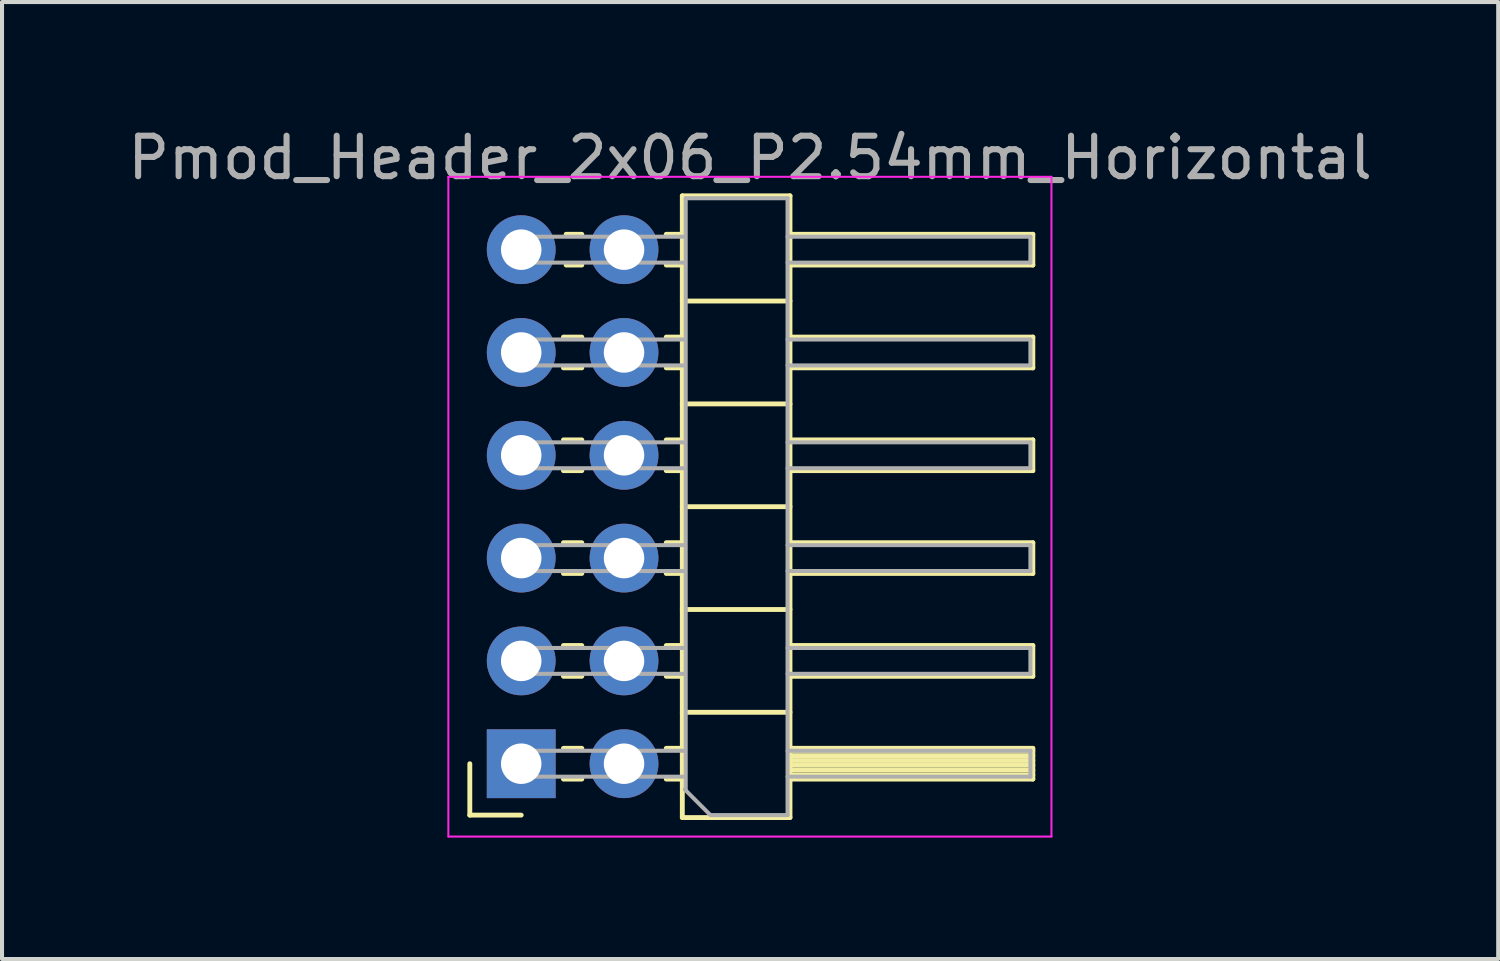
<source format=kicad_pcb>
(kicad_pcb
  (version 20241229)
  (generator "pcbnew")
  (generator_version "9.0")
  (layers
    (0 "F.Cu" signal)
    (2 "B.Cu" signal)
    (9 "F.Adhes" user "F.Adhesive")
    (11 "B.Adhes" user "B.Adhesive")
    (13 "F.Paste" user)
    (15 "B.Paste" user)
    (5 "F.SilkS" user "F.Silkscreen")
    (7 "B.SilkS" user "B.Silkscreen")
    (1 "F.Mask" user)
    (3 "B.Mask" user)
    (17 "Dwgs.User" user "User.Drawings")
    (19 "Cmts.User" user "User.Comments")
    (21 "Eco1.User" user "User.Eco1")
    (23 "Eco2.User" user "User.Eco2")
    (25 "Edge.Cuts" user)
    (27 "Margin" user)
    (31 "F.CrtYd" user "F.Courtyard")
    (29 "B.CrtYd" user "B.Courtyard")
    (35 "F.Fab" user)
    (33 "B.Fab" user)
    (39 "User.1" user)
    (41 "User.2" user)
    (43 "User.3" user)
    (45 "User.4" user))
  (footprint "Pmod_Header_2x06_P2.54mm_Horizontal"
    (layer "F.Cu")
    (at 9.827 3.118)
    (property "Reference" "Pmod_Header_2x06_P2.54mm_Horizontal" (at 5.655 -2.27 0) (layer "F.Fab") (effects (font (size 1 1) (thickness 0.15))))
    (attr through_hole)
    (fp_line (start -1.27 13.97) (end -1.27 12.7) (stroke (width 0.12) (type solid)) (layer "F.SilkS"))
    (fp_line (start 0 13.97) (end -1.27 13.97) (stroke (width 0.12) (type solid)) (layer "F.SilkS"))
    (fp_line (start 1.043 2.16) (end 1.497 2.16) (stroke (width 0.12) (type solid)) (layer "F.SilkS"))
    (fp_line (start 1.043 2.92) (end 1.497 2.92) (stroke (width 0.12) (type solid)) (layer "F.SilkS"))
    (fp_line (start 1.043 4.7) (end 1.497 4.7) (stroke (width 0.12) (type solid)) (layer "F.SilkS"))
    (fp_line (start 1.043 5.46) (end 1.497 5.46) (stroke (width 0.12) (type solid)) (layer "F.SilkS"))
    (fp_line (start 1.043 7.24) (end 1.497 7.24) (stroke (width 0.12) (type solid)) (layer "F.SilkS"))
    (fp_line (start 1.043 8) (end 1.497 8) (stroke (width 0.12) (type solid)) (layer "F.SilkS"))
    (fp_line (start 1.043 9.78) (end 1.497 9.78) (stroke (width 0.12) (type solid)) (layer "F.SilkS"))
    (fp_line (start 1.043 10.54) (end 1.497 10.54) (stroke (width 0.12) (type solid)) (layer "F.SilkS"))
    (fp_line (start 1.043 12.32) (end 1.497 12.32) (stroke (width 0.12) (type solid)) (layer "F.SilkS"))
    (fp_line (start 1.043 13.08) (end 1.497 13.08) (stroke (width 0.12) (type solid)) (layer "F.SilkS"))
    (fp_line (start 1.11 -0.38) (end 1.497 -0.38) (stroke (width 0.12) (type solid)) (layer "F.SilkS"))
    (fp_line (start 1.11 0.38) (end 1.497 0.38) (stroke (width 0.12) (type solid)) (layer "F.SilkS"))
    (fp_line (start 3.583 -0.38) (end 3.98 -0.38) (stroke (width 0.12) (type solid)) (layer "F.SilkS"))
    (fp_line (start 3.583 0.38) (end 3.98 0.38) (stroke (width 0.12) (type solid)) (layer "F.SilkS"))
    (fp_line (start 3.583 2.16) (end 3.98 2.16) (stroke (width 0.12) (type solid)) (layer "F.SilkS"))
    (fp_line (start 3.583 2.92) (end 3.98 2.92) (stroke (width 0.12) (type solid)) (layer "F.SilkS"))
    (fp_line (start 3.583 4.7) (end 3.98 4.7) (stroke (width 0.12) (type solid)) (layer "F.SilkS"))
    (fp_line (start 3.583 5.46) (end 3.98 5.46) (stroke (width 0.12) (type solid)) (layer "F.SilkS"))
    (fp_line (start 3.583 7.24) (end 3.98 7.24) (stroke (width 0.12) (type solid)) (layer "F.SilkS"))
    (fp_line (start 3.583 8) (end 3.98 8) (stroke (width 0.12) (type solid)) (layer "F.SilkS"))
    (fp_line (start 3.583 9.78) (end 3.98 9.78) (stroke (width 0.12) (type solid)) (layer "F.SilkS"))
    (fp_line (start 3.583 10.54) (end 3.98 10.54) (stroke (width 0.12) (type solid)) (layer "F.SilkS"))
    (fp_line (start 3.583 12.32) (end 3.98 12.32) (stroke (width 0.12) (type solid)) (layer "F.SilkS"))
    (fp_line (start 3.583 13.08) (end 3.98 13.08) (stroke (width 0.12) (type solid)) (layer "F.SilkS"))
    (fp_line (start 3.98 -1.33) (end 3.98 14.03) (stroke (width 0.12) (type solid)) (layer "F.SilkS"))
    (fp_line (start 3.98 1.27) (end 6.64 1.27) (stroke (width 0.12) (type solid)) (layer "F.SilkS"))
    (fp_line (start 3.98 3.81) (end 6.64 3.81) (stroke (width 0.12) (type solid)) (layer "F.SilkS"))
    (fp_line (start 3.98 6.35) (end 6.64 6.35) (stroke (width 0.12) (type solid)) (layer "F.SilkS"))
    (fp_line (start 3.98 8.89) (end 6.64 8.89) (stroke (width 0.12) (type solid)) (layer "F.SilkS"))
    (fp_line (start 3.98 11.43) (end 6.64 11.43) (stroke (width 0.12) (type solid)) (layer "F.SilkS"))
    (fp_line (start 3.98 14.03) (end 6.64 14.03) (stroke (width 0.12) (type solid)) (layer "F.SilkS"))
    (fp_line (start 6.64 -1.33) (end 3.98 -1.33) (stroke (width 0.12) (type solid)) (layer "F.SilkS"))
    (fp_line (start 6.64 -0.38) (end 12.64 -0.38) (stroke (width 0.12) (type solid)) (layer "F.SilkS"))
    (fp_line (start 6.64 2.16) (end 12.64 2.16) (stroke (width 0.12) (type solid)) (layer "F.SilkS"))
    (fp_line (start 6.64 4.7) (end 12.64 4.7) (stroke (width 0.12) (type solid)) (layer "F.SilkS"))
    (fp_line (start 6.64 7.24) (end 12.64 7.24) (stroke (width 0.12) (type solid)) (layer "F.SilkS"))
    (fp_line (start 6.64 9.78) (end 12.64 9.78) (stroke (width 0.12) (type solid)) (layer "F.SilkS"))
    (fp_line (start 6.64 12.32) (end 12.64 12.32) (stroke (width 0.12) (type solid)) (layer "F.SilkS"))
    (fp_line (start 6.64 12.38) (end 12.64 12.38) (stroke (width 0.12) (type solid)) (layer "F.SilkS"))
    (fp_line (start 6.64 12.5) (end 12.64 12.5) (stroke (width 0.12) (type solid)) (layer "F.SilkS"))
    (fp_line (start 6.64 12.62) (end 12.64 12.62) (stroke (width 0.12) (type solid)) (layer "F.SilkS"))
    (fp_line (start 6.64 12.74) (end 12.64 12.74) (stroke (width 0.12) (type solid)) (layer "F.SilkS"))
    (fp_line (start 6.64 12.86) (end 12.64 12.86) (stroke (width 0.12) (type solid)) (layer "F.SilkS"))
    (fp_line (start 6.64 12.98) (end 12.64 12.98) (stroke (width 0.12) (type solid)) (layer "F.SilkS"))
    (fp_line (start 6.64 14.03) (end 6.64 -1.33) (stroke (width 0.12) (type solid)) (layer "F.SilkS"))
    (fp_line (start 12.64 -0.38) (end 12.64 0.38) (stroke (width 0.12) (type solid)) (layer "F.SilkS"))
    (fp_line (start 12.64 0.38) (end 6.64 0.38) (stroke (width 0.12) (type solid)) (layer "F.SilkS"))
    (fp_line (start 12.64 2.16) (end 12.64 2.92) (stroke (width 0.12) (type solid)) (layer "F.SilkS"))
    (fp_line (start 12.64 2.92) (end 6.64 2.92) (stroke (width 0.12) (type solid)) (layer "F.SilkS"))
    (fp_line (start 12.64 4.7) (end 12.64 5.46) (stroke (width 0.12) (type solid)) (layer "F.SilkS"))
    (fp_line (start 12.64 5.46) (end 6.64 5.46) (stroke (width 0.12) (type solid)) (layer "F.SilkS"))
    (fp_line (start 12.64 7.24) (end 12.64 8) (stroke (width 0.12) (type solid)) (layer "F.SilkS"))
    (fp_line (start 12.64 8) (end 6.64 8) (stroke (width 0.12) (type solid)) (layer "F.SilkS"))
    (fp_line (start 12.64 9.78) (end 12.64 10.54) (stroke (width 0.12) (type solid)) (layer "F.SilkS"))
    (fp_line (start 12.64 10.54) (end 6.64 10.54) (stroke (width 0.12) (type solid)) (layer "F.SilkS"))
    (fp_line (start 12.64 12.32) (end 12.64 13.08) (stroke (width 0.12) (type solid)) (layer "F.SilkS"))
    (fp_line (start 12.64 13.08) (end 6.64 13.08) (stroke (width 0.12) (type solid)) (layer "F.SilkS"))
    (fp_line (start -1.8 -1.8) (end -1.8 14.5) (stroke (width 0.05) (type solid)) (layer "F.CrtYd"))
    (fp_line (start -1.8 14.5) (end 13.1 14.5) (stroke (width 0.05) (type solid)) (layer "F.CrtYd"))
    (fp_line (start 13.1 -1.8) (end -1.8 -1.8) (stroke (width 0.05) (type solid)) (layer "F.CrtYd"))
    (fp_line (start 13.1 14.5) (end 13.1 -1.8) (stroke (width 0.05) (type solid)) (layer "F.CrtYd"))
    (fp_line (start -0.32 -0.32) (end -0.32 0.32) (stroke (width 0.1) (type solid)) (layer "F.Fab"))
    (fp_line (start -0.32 -0.32) (end 4.04 -0.32) (stroke (width 0.1) (type solid)) (layer "F.Fab"))
    (fp_line (start -0.32 0.32) (end 4.04 0.32) (stroke (width 0.1) (type solid)) (layer "F.Fab"))
    (fp_line (start -0.32 2.22) (end -0.32 2.86) (stroke (width 0.1) (type solid)) (layer "F.Fab"))
    (fp_line (start -0.32 2.22) (end 4.04 2.22) (stroke (width 0.1) (type solid)) (layer "F.Fab"))
    (fp_line (start -0.32 2.86) (end 4.04 2.86) (stroke (width 0.1) (type solid)) (layer "F.Fab"))
    (fp_line (start -0.32 4.76) (end -0.32 5.4) (stroke (width 0.1) (type solid)) (layer "F.Fab"))
    (fp_line (start -0.32 4.76) (end 4.04 4.76) (stroke (width 0.1) (type solid)) (layer "F.Fab"))
    (fp_line (start -0.32 5.4) (end 4.04 5.4) (stroke (width 0.1) (type solid)) (layer "F.Fab"))
    (fp_line (start -0.32 7.3) (end -0.32 7.94) (stroke (width 0.1) (type solid)) (layer "F.Fab"))
    (fp_line (start -0.32 7.3) (end 4.04 7.3) (stroke (width 0.1) (type solid)) (layer "F.Fab"))
    (fp_line (start -0.32 7.94) (end 4.04 7.94) (stroke (width 0.1) (type solid)) (layer "F.Fab"))
    (fp_line (start -0.32 9.84) (end -0.32 10.48) (stroke (width 0.1) (type solid)) (layer "F.Fab"))
    (fp_line (start -0.32 9.84) (end 4.04 9.84) (stroke (width 0.1) (type solid)) (layer "F.Fab"))
    (fp_line (start -0.32 10.48) (end 4.04 10.48) (stroke (width 0.1) (type solid)) (layer "F.Fab"))
    (fp_line (start -0.32 12.38) (end -0.32 13.02) (stroke (width 0.1) (type solid)) (layer "F.Fab"))
    (fp_line (start -0.32 12.38) (end 4.04 12.38) (stroke (width 0.1) (type solid)) (layer "F.Fab"))
    (fp_line (start -0.32 13.02) (end 4.04 13.02) (stroke (width 0.1) (type solid)) (layer "F.Fab"))
    (fp_line (start 4.04 13.335) (end 4.675 13.97) (stroke (width 0.1) (type solid)) (layer "F.Fab"))
    (fp_line (start 4.064 -1.27) (end 6.58 -1.27) (stroke (width 0.1) (type solid)) (layer "F.Fab"))
    (fp_line (start 4.064 13.335) (end 4.064 -1.27) (stroke (width 0.1) (type solid)) (layer "F.Fab"))
    (fp_line (start 6.58 -1.27) (end 6.58 13.97) (stroke (width 0.1) (type solid)) (layer "F.Fab"))
    (fp_line (start 6.58 -0.32) (end 12.58 -0.32) (stroke (width 0.1) (type solid)) (layer "F.Fab"))
    (fp_line (start 6.58 0.32) (end 12.58 0.32) (stroke (width 0.1) (type solid)) (layer "F.Fab"))
    (fp_line (start 6.58 2.22) (end 12.58 2.22) (stroke (width 0.1) (type solid)) (layer "F.Fab"))
    (fp_line (start 6.58 2.86) (end 12.58 2.86) (stroke (width 0.1) (type solid)) (layer "F.Fab"))
    (fp_line (start 6.58 4.76) (end 12.58 4.76) (stroke (width 0.1) (type solid)) (layer "F.Fab"))
    (fp_line (start 6.58 5.4) (end 12.58 5.4) (stroke (width 0.1) (type solid)) (layer "F.Fab"))
    (fp_line (start 6.58 7.3) (end 12.58 7.3) (stroke (width 0.1) (type solid)) (layer "F.Fab"))
    (fp_line (start 6.58 7.94) (end 12.58 7.94) (stroke (width 0.1) (type solid)) (layer "F.Fab"))
    (fp_line (start 6.58 9.84) (end 12.58 9.84) (stroke (width 0.1) (type solid)) (layer "F.Fab"))
    (fp_line (start 6.58 10.48) (end 12.58 10.48) (stroke (width 0.1) (type solid)) (layer "F.Fab"))
    (fp_line (start 6.58 12.38) (end 12.58 12.38) (stroke (width 0.1) (type solid)) (layer "F.Fab"))
    (fp_line (start 6.58 13.02) (end 12.58 13.02) (stroke (width 0.1) (type solid)) (layer "F.Fab"))
    (fp_line (start 6.58 13.97) (end 4.699 13.97) (stroke (width 0.1) (type solid)) (layer "F.Fab"))
    (fp_line (start 12.58 -0.32) (end 12.58 0.32) (stroke (width 0.1) (type solid)) (layer "F.Fab"))
    (fp_line (start 12.58 2.22) (end 12.58 2.86) (stroke (width 0.1) (type solid)) (layer "F.Fab"))
    (fp_line (start 12.58 4.76) (end 12.58 5.4) (stroke (width 0.1) (type solid)) (layer "F.Fab"))
    (fp_line (start 12.58 7.3) (end 12.58 7.94) (stroke (width 0.1) (type solid)) (layer "F.Fab"))
    (fp_line (start 12.58 9.84) (end 12.58 10.48) (stroke (width 0.1) (type solid)) (layer "F.Fab"))
    (fp_line (start 12.58 12.38) (end 12.58 13.02) (stroke (width 0.1) (type solid)) (layer "F.Fab"))
    (pad "1" thru_hole rect (at 0 12.7) (size 1.7 1.7) (drill 1) (layers "*.Cu" "*.Mask"))
    (pad "2" thru_hole oval (at 0 10.16) (size 1.7 1.7) (drill 1) (layers "*.Cu" "*.Mask"))
    (pad "3" thru_hole oval (at 0 7.62) (size 1.7 1.7) (drill 1) (layers "*.Cu" "*.Mask"))
    (pad "4" thru_hole oval (at 0 5.08) (size 1.7 1.7) (drill 1) (layers "*.Cu" "*.Mask"))
    (pad "5" thru_hole oval (at 0 2.54) (size 1.7 1.7) (drill 1) (layers "*.Cu" "*.Mask"))
    (pad "6" thru_hole circle (at 0 0) (size 1.7 1.7) (drill 1) (layers "*.Cu" "*.Mask"))
    (pad "7" thru_hole circle (at 2.54 12.7) (size 1.7 1.7) (drill 1) (layers "*.Cu" "*.Mask"))
    (pad "8" thru_hole oval (at 2.54 10.16) (size 1.7 1.7) (drill 1) (layers "*.Cu" "*.Mask"))
    (pad "9" thru_hole oval (at 2.54 7.62) (size 1.7 1.7) (drill 1) (layers "*.Cu" "*.Mask"))
    (pad "10" thru_hole oval (at 2.54 5.08) (size 1.7 1.7) (drill 1) (layers "*.Cu" "*.Mask"))
    (pad "11" thru_hole oval (at 2.54 2.54) (size 1.7 1.7) (drill 1) (layers "*.Cu" "*.Mask"))
    (pad "12" thru_hole oval (at 2.54 0) (size 1.7 1.7) (drill 1) (layers "*.Cu" "*.Mask")))
  (gr_rect
    (start -3 -3)
    (end 33.964 20.643)
    (stroke (width 0.1) (type default))
    (fill no)
    (layer "Edge.Cuts")))
</source>
